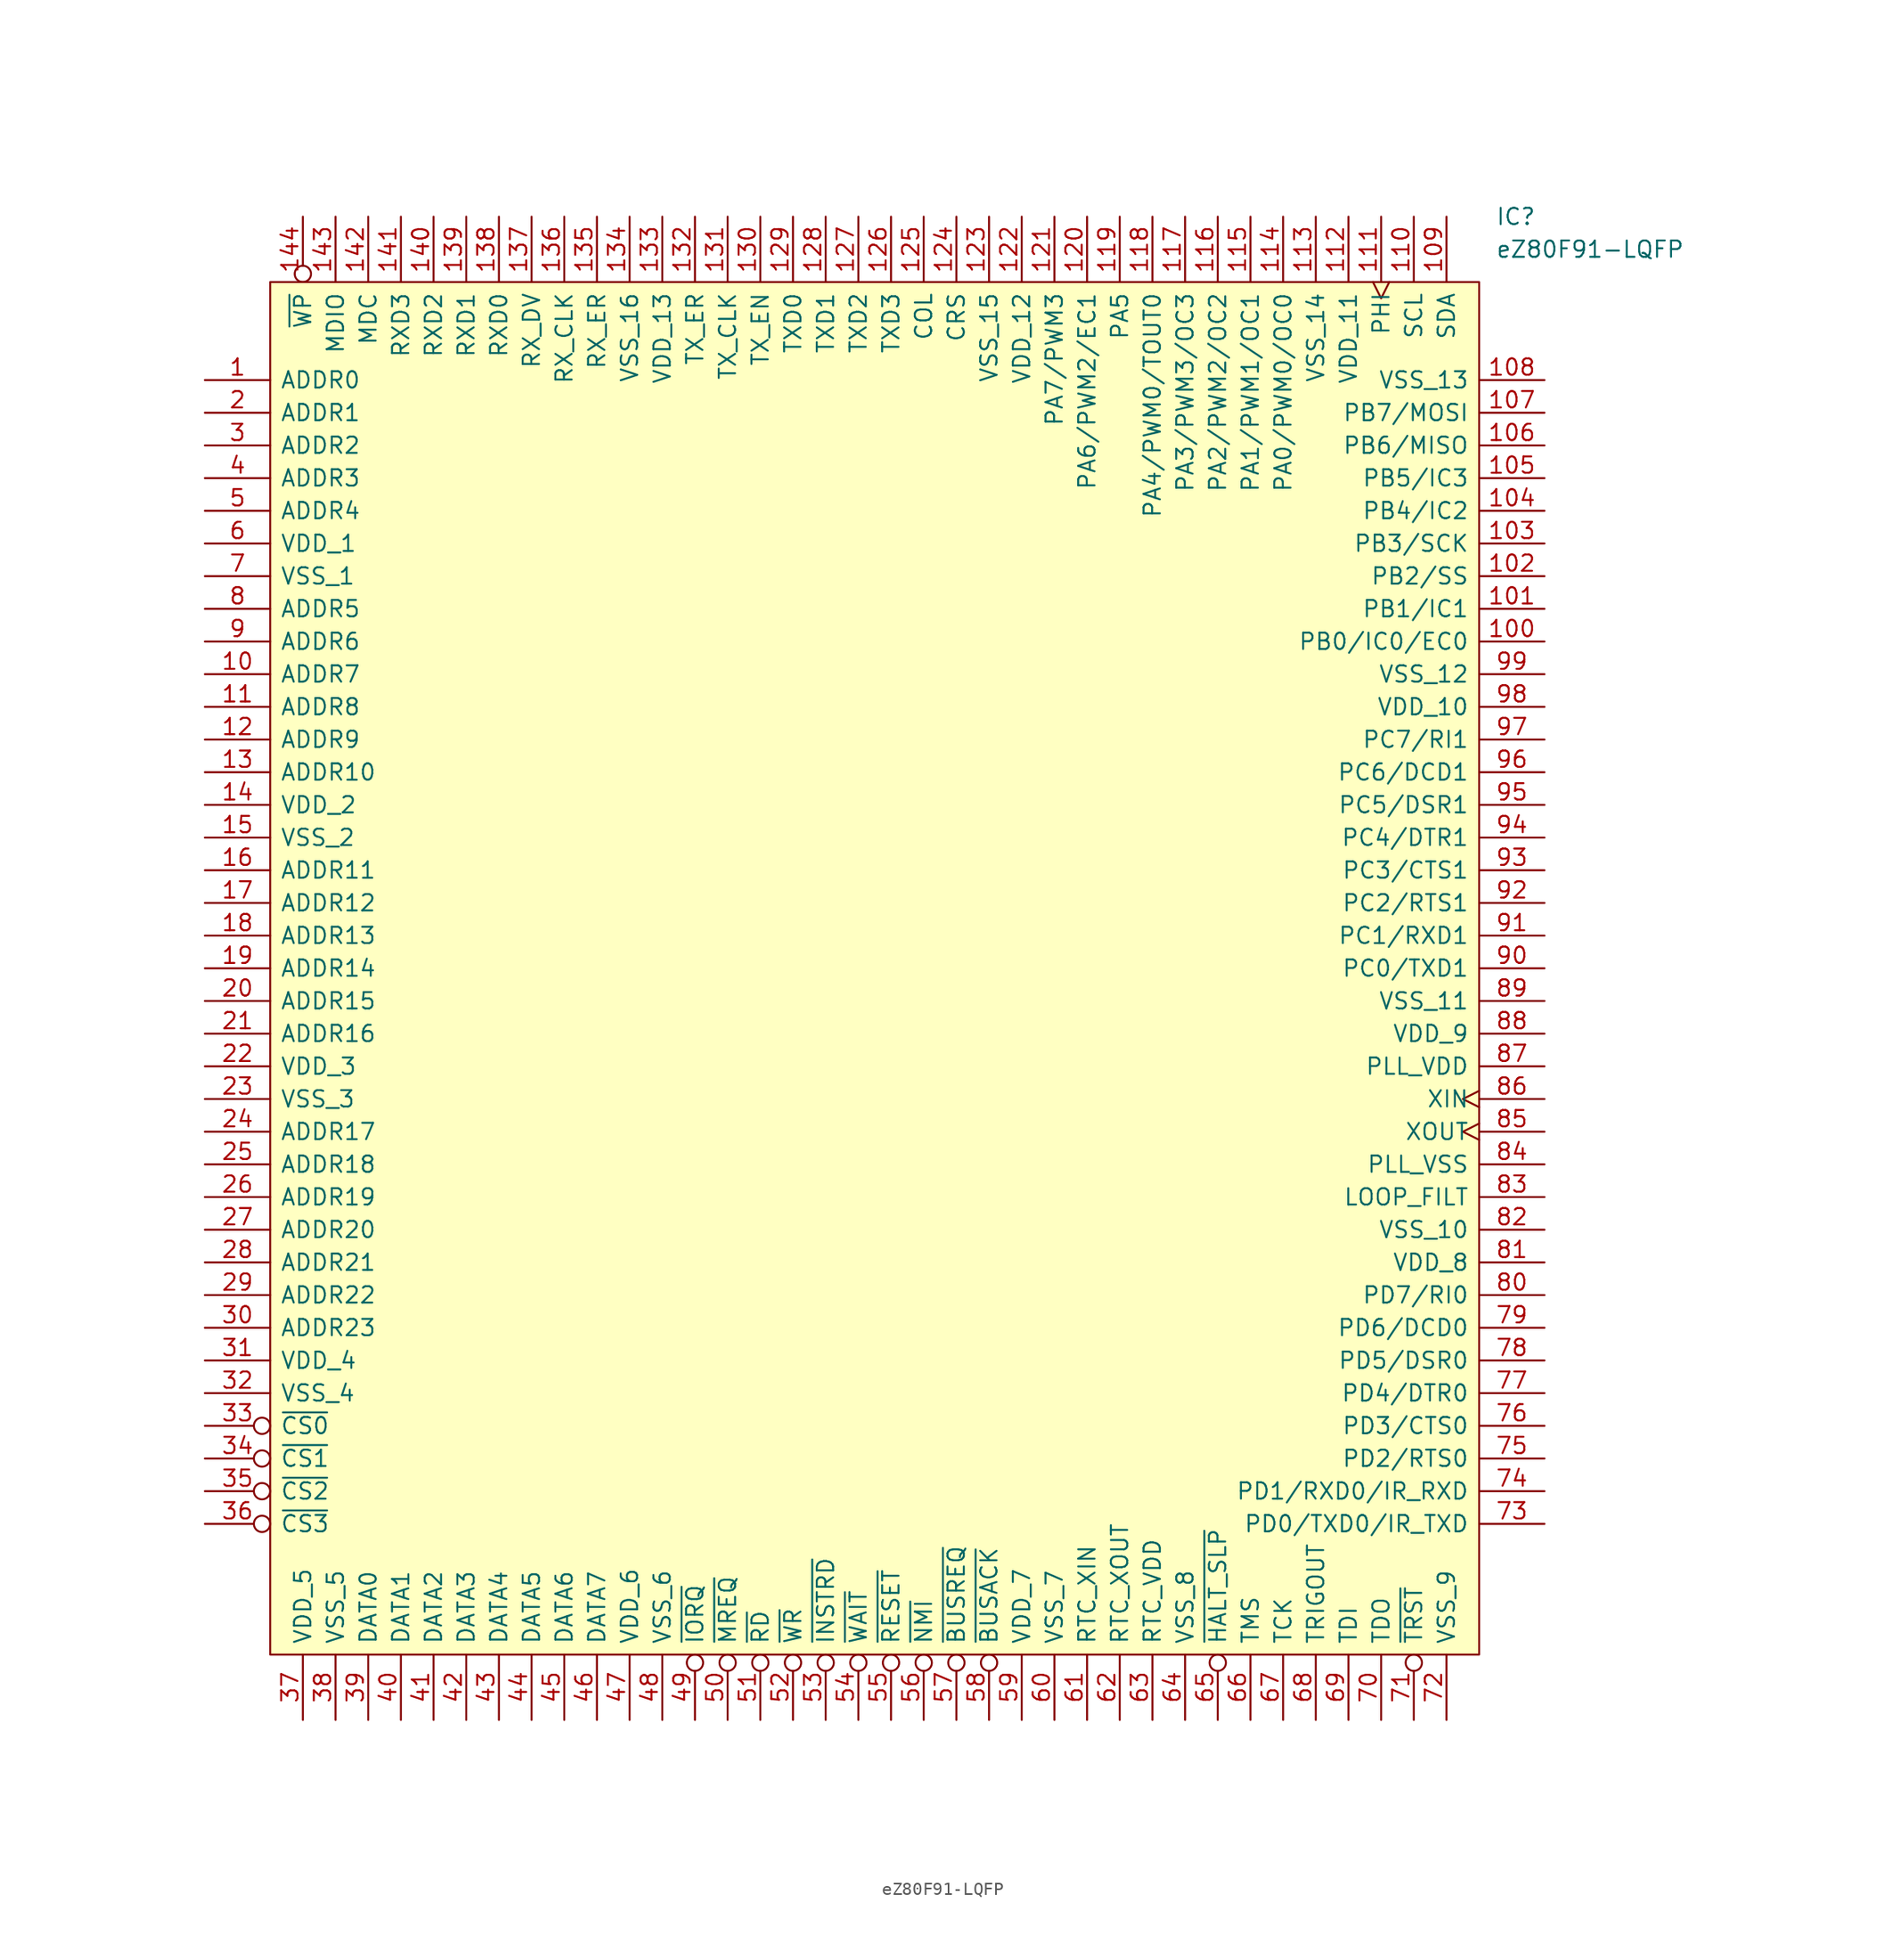
<source format=kicad_sym>
(kicad_symbol_lib
  (version 20211014)
  (generator kicad_symbol_editor)
  (symbol "eZ80F91-LQFP"
    (pin_names
      (offset 0.762))
    (property "Reference" "IC"
      (at 95.25 5.08 0)
      (effects (font (size 1.27 1.27)) (justify left)))
    (property "Value" "eZ80F91-LQFP"
      (at 95.25 2.54 0)
      (effects (font (size 1.27 1.27)) (justify left)))
    (symbol "eZ80F91-LQFP_0_0"
      (pin bidirectional line (at -5.08 -7.62 0) (length 5.08) (name "ADDR0" (effects (font (size 1.27 1.27)))) (number "1" (effects (font (size 1.27 1.27)))))
      (pin bidirectional line (at -5.08 -30.48 0) (length 5.08) (name "ADDR7" (effects (font (size 1.27 1.27)))) (number "10" (effects (font (size 1.27 1.27)))))
      (pin bidirectional line (at 99.06 -27.94 180) (length 5.08) (name "PB0/IC0/EC0" (effects (font (size 1.27 1.27)))) (number "100" (effects (font (size 1.27 1.27)))))
      (pin bidirectional line (at 99.06 -25.4 180) (length 5.08) (name "PB1/IC1" (effects (font (size 1.27 1.27)))) (number "101" (effects (font (size 1.27 1.27)))))
      (pin bidirectional line (at 99.06 -22.86 180) (length 5.08) (name "PB2/SS" (effects (font (size 1.27 1.27)))) (number "102" (effects (font (size 1.27 1.27)))))
      (pin bidirectional line (at 99.06 -20.32 180) (length 5.08) (name "PB3/SCK" (effects (font (size 1.27 1.27)))) (number "103" (effects (font (size 1.27 1.27)))))
      (pin bidirectional line (at 99.06 -17.78 180) (length 5.08) (name "PB4/IC2" (effects (font (size 1.27 1.27)))) (number "104" (effects (font (size 1.27 1.27)))))
      (pin bidirectional line (at 99.06 -15.24 180) (length 5.08) (name "PB5/IC3" (effects (font (size 1.27 1.27)))) (number "105" (effects (font (size 1.27 1.27)))))
      (pin bidirectional line (at 99.06 -12.7 180) (length 5.08) (name "PB6/MISO" (effects (font (size 1.27 1.27)))) (number "106" (effects (font (size 1.27 1.27)))))
      (pin bidirectional line (at 99.06 -10.16 180) (length 5.08) (name "PB7/MOSI" (effects (font (size 1.27 1.27)))) (number "107" (effects (font (size 1.27 1.27)))))
      (pin power_in line (at 99.06 -7.62 180) (length 5.08) (name "VSS_13" (effects (font (size 1.27 1.27)))) (number "108" (effects (font (size 1.27 1.27)))))
      (pin bidirectional line (at 91.44 5.08 270) (length 5.08) (name "SDA" (effects (font (size 1.27 1.27)))) (number "109" (effects (font (size 1.27 1.27)))))
      (pin bidirectional line (at -5.08 -33.02 0) (length 5.08) (name "ADDR8" (effects (font (size 1.27 1.27)))) (number "11" (effects (font (size 1.27 1.27)))))
      (pin bidirectional line (at 88.9 5.08 270) (length 5.08) (name "SCL" (effects (font (size 1.27 1.27)))) (number "110" (effects (font (size 1.27 1.27)))))
      (pin output clock (at 86.36 5.08 270) (length 5.08) (name "PHI" (effects (font (size 1.27 1.27)))) (number "111" (effects (font (size 1.27 1.27)))))
      (pin power_in line (at 83.82 5.08 270) (length 5.08) (name "VDD_11" (effects (font (size 1.27 1.27)))) (number "112" (effects (font (size 1.27 1.27)))))
      (pin power_in line (at 81.28 5.08 270) (length 5.08) (name "VSS_14" (effects (font (size 1.27 1.27)))) (number "113" (effects (font (size 1.27 1.27)))))
      (pin bidirectional line (at 78.74 5.08 270) (length 5.08) (name "PA0/PWM0/OC0" (effects (font (size 1.27 1.27)))) (number "114" (effects (font (size 1.27 1.27)))))
      (pin bidirectional line (at 76.2 5.08 270) (length 5.08) (name "PA1/PWM1/OC1" (effects (font (size 1.27 1.27)))) (number "115" (effects (font (size 1.27 1.27)))))
      (pin bidirectional line (at 73.66 5.08 270) (length 5.08) (name "PA2/PWM2/OC2" (effects (font (size 1.27 1.27)))) (number "116" (effects (font (size 1.27 1.27)))))
      (pin bidirectional line (at 71.12 5.08 270) (length 5.08) (name "PA3/PWM3/OC3" (effects (font (size 1.27 1.27)))) (number "117" (effects (font (size 1.27 1.27)))))
      (pin bidirectional line (at 68.58 5.08 270) (length 5.08) (name "PA4/PWM0/TOUT0" (effects (font (size 1.27 1.27)))) (number "118" (effects (font (size 1.27 1.27)))))
      (pin bidirectional line (at 66.04 5.08 270) (length 5.08) (name "PA5" (effects (font (size 1.27 1.27)))) (number "119" (effects (font (size 1.27 1.27)))))
      (pin bidirectional line (at -5.08 -35.56 0) (length 5.08) (name "ADDR9" (effects (font (size 1.27 1.27)))) (number "12" (effects (font (size 1.27 1.27)))))
      (pin bidirectional line (at 63.5 5.08 270) (length 5.08) (name "PA6/PWM2/EC1" (effects (font (size 1.27 1.27)))) (number "120" (effects (font (size 1.27 1.27)))))
      (pin bidirectional line (at 60.96 5.08 270) (length 5.08) (name "PA7/PWM3" (effects (font (size 1.27 1.27)))) (number "121" (effects (font (size 1.27 1.27)))))
      (pin power_in line (at 58.42 5.08 270) (length 5.08) (name "VDD_12" (effects (font (size 1.27 1.27)))) (number "122" (effects (font (size 1.27 1.27)))))
      (pin power_in line (at 55.88 5.08 270) (length 5.08) (name "VSS_15" (effects (font (size 1.27 1.27)))) (number "123" (effects (font (size 1.27 1.27)))))
      (pin input line (at 53.34 5.08 270) (length 5.08) (name "CRS" (effects (font (size 1.27 1.27)))) (number "124" (effects (font (size 1.27 1.27)))))
      (pin input line (at 50.8 5.08 270) (length 5.08) (name "COL" (effects (font (size 1.27 1.27)))) (number "125" (effects (font (size 1.27 1.27)))))
      (pin output line (at 48.26 5.08 270) (length 5.08) (name "TXD3" (effects (font (size 1.27 1.27)))) (number "126" (effects (font (size 1.27 1.27)))))
      (pin output line (at 45.72 5.08 270) (length 5.08) (name "TXD2" (effects (font (size 1.27 1.27)))) (number "127" (effects (font (size 1.27 1.27)))))
      (pin output line (at 43.18 5.08 270) (length 5.08) (name "TXD1" (effects (font (size 1.27 1.27)))) (number "128" (effects (font (size 1.27 1.27)))))
      (pin output line (at 40.64 5.08 270) (length 5.08) (name "TXD0" (effects (font (size 1.27 1.27)))) (number "129" (effects (font (size 1.27 1.27)))))
      (pin bidirectional line (at -5.08 -38.1 0) (length 5.08) (name "ADDR10" (effects (font (size 1.27 1.27)))) (number "13" (effects (font (size 1.27 1.27)))))
      (pin output line (at 38.1 5.08 270) (length 5.08) (name "TX_EN" (effects (font (size 1.27 1.27)))) (number "130" (effects (font (size 1.27 1.27)))))
      (pin input line (at 35.56 5.08 270) (length 5.08) (name "TX_CLK" (effects (font (size 1.27 1.27)))) (number "131" (effects (font (size 1.27 1.27)))))
      (pin output line (at 33.02 5.08 270) (length 5.08) (name "TX_ER" (effects (font (size 1.27 1.27)))) (number "132" (effects (font (size 1.27 1.27)))))
      (pin power_in line (at 30.48 5.08 270) (length 5.08) (name "VDD_13" (effects (font (size 1.27 1.27)))) (number "133" (effects (font (size 1.27 1.27)))))
      (pin power_in line (at 27.94 5.08 270) (length 5.08) (name "VSS_16" (effects (font (size 1.27 1.27)))) (number "134" (effects (font (size 1.27 1.27)))))
      (pin input line (at 25.4 5.08 270) (length 5.08) (name "RX_ER" (effects (font (size 1.27 1.27)))) (number "135" (effects (font (size 1.27 1.27)))))
      (pin input line (at 22.86 5.08 270) (length 5.08) (name "RX_CLK" (effects (font (size 1.27 1.27)))) (number "136" (effects (font (size 1.27 1.27)))))
      (pin input line (at 20.32 5.08 270) (length 5.08) (name "RX_DV" (effects (font (size 1.27 1.27)))) (number "137" (effects (font (size 1.27 1.27)))))
      (pin input line (at 17.78 5.08 270) (length 5.08) (name "RXD0" (effects (font (size 1.27 1.27)))) (number "138" (effects (font (size 1.27 1.27)))))
      (pin input line (at 15.24 5.08 270) (length 5.08) (name "RXD1" (effects (font (size 1.27 1.27)))) (number "139" (effects (font (size 1.27 1.27)))))
      (pin power_in line (at -5.08 -40.64 0) (length 5.08) (name "VDD_2" (effects (font (size 1.27 1.27)))) (number "14" (effects (font (size 1.27 1.27)))))
      (pin input line (at 12.7 5.08 270) (length 5.08) (name "RXD2" (effects (font (size 1.27 1.27)))) (number "140" (effects (font (size 1.27 1.27)))))
      (pin input line (at 10.16 5.08 270) (length 5.08) (name "RXD3" (effects (font (size 1.27 1.27)))) (number "141" (effects (font (size 1.27 1.27)))))
      (pin output line (at 7.62 5.08 270) (length 5.08) (name "MDC" (effects (font (size 1.27 1.27)))) (number "142" (effects (font (size 1.27 1.27)))))
      (pin bidirectional line (at 5.08 5.08 270) (length 5.08) (name "MDIO" (effects (font (size 1.27 1.27)))) (number "143" (effects (font (size 1.27 1.27)))))
      (pin bidirectional inverted (at 2.54 5.08 270) (length 5.08) (name "~{WP}" (effects (font (size 1.27 1.27)))) (number "144" (effects (font (size 1.27 1.27)))))
      (pin power_in line (at -5.08 -43.18 0) (length 5.08) (name "VSS_2" (effects (font (size 1.27 1.27)))) (number "15" (effects (font (size 1.27 1.27)))))
      (pin bidirectional line (at -5.08 -45.72 0) (length 5.08) (name "ADDR11" (effects (font (size 1.27 1.27)))) (number "16" (effects (font (size 1.27 1.27)))))
      (pin bidirectional line (at -5.08 -48.26 0) (length 5.08) (name "ADDR12" (effects (font (size 1.27 1.27)))) (number "17" (effects (font (size 1.27 1.27)))))
      (pin bidirectional line (at -5.08 -50.8 0) (length 5.08) (name "ADDR13" (effects (font (size 1.27 1.27)))) (number "18" (effects (font (size 1.27 1.27)))))
      (pin bidirectional line (at -5.08 -53.34 0) (length 5.08) (name "ADDR14" (effects (font (size 1.27 1.27)))) (number "19" (effects (font (size 1.27 1.27)))))
      (pin bidirectional line (at -5.08 -10.16 0) (length 5.08) (name "ADDR1" (effects (font (size 1.27 1.27)))) (number "2" (effects (font (size 1.27 1.27)))))
      (pin bidirectional line (at -5.08 -55.88 0) (length 5.08) (name "ADDR15" (effects (font (size 1.27 1.27)))) (number "20" (effects (font (size 1.27 1.27)))))
      (pin bidirectional line (at -5.08 -58.42 0) (length 5.08) (name "ADDR16" (effects (font (size 1.27 1.27)))) (number "21" (effects (font (size 1.27 1.27)))))
      (pin power_in line (at -5.08 -60.96 0) (length 5.08) (name "VDD_3" (effects (font (size 1.27 1.27)))) (number "22" (effects (font (size 1.27 1.27)))))
      (pin power_in line (at -5.08 -63.5 0) (length 5.08) (name "VSS_3" (effects (font (size 1.27 1.27)))) (number "23" (effects (font (size 1.27 1.27)))))
      (pin bidirectional line (at -5.08 -66.04 0) (length 5.08) (name "ADDR17" (effects (font (size 1.27 1.27)))) (number "24" (effects (font (size 1.27 1.27)))))
      (pin bidirectional line (at -5.08 -68.58 0) (length 5.08) (name "ADDR18" (effects (font (size 1.27 1.27)))) (number "25" (effects (font (size 1.27 1.27)))))
      (pin bidirectional line (at -5.08 -71.12 0) (length 5.08) (name "ADDR19" (effects (font (size 1.27 1.27)))) (number "26" (effects (font (size 1.27 1.27)))))
      (pin bidirectional line (at -5.08 -73.66 0) (length 5.08) (name "ADDR20" (effects (font (size 1.27 1.27)))) (number "27" (effects (font (size 1.27 1.27)))))
      (pin bidirectional line (at -5.08 -76.2 0) (length 5.08) (name "ADDR21" (effects (font (size 1.27 1.27)))) (number "28" (effects (font (size 1.27 1.27)))))
      (pin bidirectional line (at -5.08 -78.74 0) (length 5.08) (name "ADDR22" (effects (font (size 1.27 1.27)))) (number "29" (effects (font (size 1.27 1.27)))))
      (pin bidirectional line (at -5.08 -12.7 0) (length 5.08) (name "ADDR2" (effects (font (size 1.27 1.27)))) (number "3" (effects (font (size 1.27 1.27)))))
      (pin bidirectional line (at -5.08 -81.28 0) (length 5.08) (name "ADDR23" (effects (font (size 1.27 1.27)))) (number "30" (effects (font (size 1.27 1.27)))))
      (pin power_in line (at -5.08 -83.82 0) (length 5.08) (name "VDD_4" (effects (font (size 1.27 1.27)))) (number "31" (effects (font (size 1.27 1.27)))))
      (pin power_in line (at -5.08 -86.36 0) (length 5.08) (name "VSS_4" (effects (font (size 1.27 1.27)))) (number "32" (effects (font (size 1.27 1.27)))))
      (pin output inverted (at -5.08 -88.9 0) (length 5.08) (name "~{CS0}" (effects (font (size 1.27 1.27)))) (number "33" (effects (font (size 1.27 1.27)))))
      (pin output inverted (at -5.08 -91.44 0) (length 5.08) (name "~{CS1}" (effects (font (size 1.27 1.27)))) (number "34" (effects (font (size 1.27 1.27)))))
      (pin output inverted (at -5.08 -93.98 0) (length 5.08) (name "~{CS2}" (effects (font (size 1.27 1.27)))) (number "35" (effects (font (size 1.27 1.27)))))
      (pin output inverted (at -5.08 -96.52 0) (length 5.08) (name "~{CS3}" (effects (font (size 1.27 1.27)))) (number "36" (effects (font (size 1.27 1.27)))))
      (pin power_in line (at 2.54 -111.76 90) (length 5.08) (name "VDD_5" (effects (font (size 1.27 1.27)))) (number "37" (effects (font (size 1.27 1.27)))))
      (pin power_in line (at 5.08 -111.76 90) (length 5.08) (name "VSS_5" (effects (font (size 1.27 1.27)))) (number "38" (effects (font (size 1.27 1.27)))))
      (pin bidirectional line (at 7.62 -111.76 90) (length 5.08) (name "DATA0" (effects (font (size 1.27 1.27)))) (number "39" (effects (font (size 1.27 1.27)))))
      (pin bidirectional line (at -5.08 -15.24 0) (length 5.08) (name "ADDR3" (effects (font (size 1.27 1.27)))) (number "4" (effects (font (size 1.27 1.27)))))
      (pin bidirectional line (at 10.16 -111.76 90) (length 5.08) (name "DATA1" (effects (font (size 1.27 1.27)))) (number "40" (effects (font (size 1.27 1.27)))))
      (pin bidirectional line (at 12.7 -111.76 90) (length 5.08) (name "DATA2" (effects (font (size 1.27 1.27)))) (number "41" (effects (font (size 1.27 1.27)))))
      (pin bidirectional line (at 15.24 -111.76 90) (length 5.08) (name "DATA3" (effects (font (size 1.27 1.27)))) (number "42" (effects (font (size 1.27 1.27)))))
      (pin bidirectional line (at 17.78 -111.76 90) (length 5.08) (name "DATA4" (effects (font (size 1.27 1.27)))) (number "43" (effects (font (size 1.27 1.27)))))
      (pin bidirectional line (at 20.32 -111.76 90) (length 5.08) (name "DATA5" (effects (font (size 1.27 1.27)))) (number "44" (effects (font (size 1.27 1.27)))))
      (pin bidirectional line (at 22.86 -111.76 90) (length 5.08) (name "DATA6" (effects (font (size 1.27 1.27)))) (number "45" (effects (font (size 1.27 1.27)))))
      (pin bidirectional line (at 25.4 -111.76 90) (length 5.08) (name "DATA7" (effects (font (size 1.27 1.27)))) (number "46" (effects (font (size 1.27 1.27)))))
      (pin power_in line (at 27.94 -111.76 90) (length 5.08) (name "VDD_6" (effects (font (size 1.27 1.27)))) (number "47" (effects (font (size 1.27 1.27)))))
      (pin power_in line (at 30.48 -111.76 90) (length 5.08) (name "VSS_6" (effects (font (size 1.27 1.27)))) (number "48" (effects (font (size 1.27 1.27)))))
      (pin bidirectional inverted (at 33.02 -111.76 90) (length 5.08) (name "~{IORQ}" (effects (font (size 1.27 1.27)))) (number "49" (effects (font (size 1.27 1.27)))))
      (pin bidirectional line (at -5.08 -17.78 0) (length 5.08) (name "ADDR4" (effects (font (size 1.27 1.27)))) (number "5" (effects (font (size 1.27 1.27)))))
      (pin bidirectional inverted (at 35.56 -111.76 90) (length 5.08) (name "~{MREQ}" (effects (font (size 1.27 1.27)))) (number "50" (effects (font (size 1.27 1.27)))))
      (pin output inverted (at 38.1 -111.76 90) (length 5.08) (name "~{RD}" (effects (font (size 1.27 1.27)))) (number "51" (effects (font (size 1.27 1.27)))))
      (pin bidirectional inverted (at 40.64 -111.76 90) (length 5.08) (name "~{WR}" (effects (font (size 1.27 1.27)))) (number "52" (effects (font (size 1.27 1.27)))))
      (pin output inverted (at 43.18 -111.76 90) (length 5.08) (name "~{INSTRD}" (effects (font (size 1.27 1.27)))) (number "53" (effects (font (size 1.27 1.27)))))
      (pin input inverted (at 45.72 -111.76 90) (length 5.08) (name "~{WAIT}" (effects (font (size 1.27 1.27)))) (number "54" (effects (font (size 1.27 1.27)))))
      (pin bidirectional inverted (at 48.26 -111.76 90) (length 5.08) (name "~{RESET}" (effects (font (size 1.27 1.27)))) (number "55" (effects (font (size 1.27 1.27)))))
      (pin input inverted (at 50.8 -111.76 90) (length 5.08) (name "~{NMI}" (effects (font (size 1.27 1.27)))) (number "56" (effects (font (size 1.27 1.27)))))
      (pin input inverted (at 53.34 -111.76 90) (length 5.08) (name "~{BUSREQ}" (effects (font (size 1.27 1.27)))) (number "57" (effects (font (size 1.27 1.27)))))
      (pin output inverted (at 55.88 -111.76 90) (length 5.08) (name "~{BUSACK}" (effects (font (size 1.27 1.27)))) (number "58" (effects (font (size 1.27 1.27)))))
      (pin power_in line (at 58.42 -111.76 90) (length 5.08) (name "VDD_7" (effects (font (size 1.27 1.27)))) (number "59" (effects (font (size 1.27 1.27)))))
      (pin power_in line (at -5.08 -20.32 0) (length 5.08) (name "VDD_1" (effects (font (size 1.27 1.27)))) (number "6" (effects (font (size 1.27 1.27)))))
      (pin power_in line (at 60.96 -111.76 90) (length 5.08) (name "VSS_7" (effects (font (size 1.27 1.27)))) (number "60" (effects (font (size 1.27 1.27)))))
      (pin input line (at 63.5 -111.76 90) (length 5.08) (name "RTC_XIN" (effects (font (size 1.27 1.27)))) (number "61" (effects (font (size 1.27 1.27)))))
      (pin bidirectional line (at 66.04 -111.76 90) (length 5.08) (name "RTC_XOUT" (effects (font (size 1.27 1.27)))) (number "62" (effects (font (size 1.27 1.27)))))
      (pin power_in line (at 68.58 -111.76 90) (length 5.08) (name "RTC_VDD" (effects (font (size 1.27 1.27)))) (number "63" (effects (font (size 1.27 1.27)))))
      (pin power_in line (at 71.12 -111.76 90) (length 5.08) (name "VSS_8" (effects (font (size 1.27 1.27)))) (number "64" (effects (font (size 1.27 1.27)))))
      (pin output inverted (at 73.66 -111.76 90) (length 5.08) (name "~{HALT_SLP}" (effects (font (size 1.27 1.27)))) (number "65" (effects (font (size 1.27 1.27)))))
      (pin input line (at 76.2 -111.76 90) (length 5.08) (name "TMS" (effects (font (size 1.27 1.27)))) (number "66" (effects (font (size 1.27 1.27)))))
      (pin input line (at 78.74 -111.76 90) (length 5.08) (name "TCK" (effects (font (size 1.27 1.27)))) (number "67" (effects (font (size 1.27 1.27)))))
      (pin output line (at 81.28 -111.76 90) (length 5.08) (name "TRIGOUT" (effects (font (size 1.27 1.27)))) (number "68" (effects (font (size 1.27 1.27)))))
      (pin bidirectional line (at 83.82 -111.76 90) (length 5.08) (name "TDI" (effects (font (size 1.27 1.27)))) (number "69" (effects (font (size 1.27 1.27)))))
      (pin power_in line (at -5.08 -22.86 0) (length 5.08) (name "VSS_1" (effects (font (size 1.27 1.27)))) (number "7" (effects (font (size 1.27 1.27)))))
      (pin output line (at 86.36 -111.76 90) (length 5.08) (name "TDO" (effects (font (size 1.27 1.27)))) (number "70" (effects (font (size 1.27 1.27)))))
      (pin input inverted (at 88.9 -111.76 90) (length 5.08) (name "~{TRST}" (effects (font (size 1.27 1.27)))) (number "71" (effects (font (size 1.27 1.27)))))
      (pin power_in line (at 91.44 -111.76 90) (length 5.08) (name "VSS_9" (effects (font (size 1.27 1.27)))) (number "72" (effects (font (size 1.27 1.27)))))
      (pin bidirectional line (at 99.06 -96.52 180) (length 5.08) (name "PD0/TXD0/IR_TXD" (effects (font (size 1.27 1.27)))) (number "73" (effects (font (size 1.27 1.27)))))
      (pin bidirectional line (at 99.06 -93.98 180) (length 5.08) (name "PD1/RXD0/IR_RXD" (effects (font (size 1.27 1.27)))) (number "74" (effects (font (size 1.27 1.27)))))
      (pin bidirectional line (at 99.06 -91.44 180) (length 5.08) (name "PD2/RTS0" (effects (font (size 1.27 1.27)))) (number "75" (effects (font (size 1.27 1.27)))))
      (pin bidirectional line (at 99.06 -88.9 180) (length 5.08) (name "PD3/CTS0" (effects (font (size 1.27 1.27)))) (number "76" (effects (font (size 1.27 1.27)))))
      (pin bidirectional line (at 99.06 -86.36 180) (length 5.08) (name "PD4/DTR0" (effects (font (size 1.27 1.27)))) (number "77" (effects (font (size 1.27 1.27)))))
      (pin bidirectional line (at 99.06 -83.82 180) (length 5.08) (name "PD5/DSR0" (effects (font (size 1.27 1.27)))) (number "78" (effects (font (size 1.27 1.27)))))
      (pin bidirectional line (at 99.06 -81.28 180) (length 5.08) (name "PD6/DCD0" (effects (font (size 1.27 1.27)))) (number "79" (effects (font (size 1.27 1.27)))))
      (pin bidirectional line (at -5.08 -25.4 0) (length 5.08) (name "ADDR5" (effects (font (size 1.27 1.27)))) (number "8" (effects (font (size 1.27 1.27)))))
      (pin bidirectional line (at 99.06 -78.74 180) (length 5.08) (name "PD7/RI0" (effects (font (size 1.27 1.27)))) (number "80" (effects (font (size 1.27 1.27)))))
      (pin power_in line (at 99.06 -76.2 180) (length 5.08) (name "VDD_8" (effects (font (size 1.27 1.27)))) (number "81" (effects (font (size 1.27 1.27)))))
      (pin power_in line (at 99.06 -73.66 180) (length 5.08) (name "VSS_10" (effects (font (size 1.27 1.27)))) (number "82" (effects (font (size 1.27 1.27)))))
      (pin bidirectional line (at 99.06 -71.12 180) (length 5.08) (name "LOOP_FILT" (effects (font (size 1.27 1.27)))) (number "83" (effects (font (size 1.27 1.27)))))
      (pin bidirectional line (at 99.06 -68.58 180) (length 5.08) (name "PLL_VSS" (effects (font (size 1.27 1.27)))) (number "84" (effects (font (size 1.27 1.27)))))
      (pin output clock (at 99.06 -66.04 180) (length 5.08) (name "XOUT" (effects (font (size 1.27 1.27)))) (number "85" (effects (font (size 1.27 1.27)))))
      (pin input clock (at 99.06 -63.5 180) (length 5.08) (name "XIN" (effects (font (size 1.27 1.27)))) (number "86" (effects (font (size 1.27 1.27)))))
      (pin bidirectional line (at 99.06 -60.96 180) (length 5.08) (name "PLL_VDD" (effects (font (size 1.27 1.27)))) (number "87" (effects (font (size 1.27 1.27)))))
      (pin power_in line (at 99.06 -58.42 180) (length 5.08) (name "VDD_9" (effects (font (size 1.27 1.27)))) (number "88" (effects (font (size 1.27 1.27)))))
      (pin power_in line (at 99.06 -55.88 180) (length 5.08) (name "VSS_11" (effects (font (size 1.27 1.27)))) (number "89" (effects (font (size 1.27 1.27)))))
      (pin bidirectional line (at -5.08 -27.94 0) (length 5.08) (name "ADDR6" (effects (font (size 1.27 1.27)))) (number "9" (effects (font (size 1.27 1.27)))))
      (pin bidirectional line (at 99.06 -53.34 180) (length 5.08) (name "PC0/TXD1" (effects (font (size 1.27 1.27)))) (number "90" (effects (font (size 1.27 1.27)))))
      (pin bidirectional line (at 99.06 -50.8 180) (length 5.08) (name "PC1/RXD1" (effects (font (size 1.27 1.27)))) (number "91" (effects (font (size 1.27 1.27)))))
      (pin bidirectional line (at 99.06 -48.26 180) (length 5.08) (name "PC2/RTS1" (effects (font (size 1.27 1.27)))) (number "92" (effects (font (size 1.27 1.27)))))
      (pin bidirectional line (at 99.06 -45.72 180) (length 5.08) (name "PC3/CTS1" (effects (font (size 1.27 1.27)))) (number "93" (effects (font (size 1.27 1.27)))))
      (pin bidirectional line (at 99.06 -43.18 180) (length 5.08) (name "PC4/DTR1" (effects (font (size 1.27 1.27)))) (number "94" (effects (font (size 1.27 1.27)))))
      (pin bidirectional line (at 99.06 -40.64 180) (length 5.08) (name "PC5/DSR1" (effects (font (size 1.27 1.27)))) (number "95" (effects (font (size 1.27 1.27)))))
      (pin bidirectional line (at 99.06 -38.1 180) (length 5.08) (name "PC6/DCD1" (effects (font (size 1.27 1.27)))) (number "96" (effects (font (size 1.27 1.27)))))
      (pin bidirectional line (at 99.06 -35.56 180) (length 5.08) (name "PC7/RI1" (effects (font (size 1.27 1.27)))) (number "97" (effects (font (size 1.27 1.27)))))
      (pin power_in line (at 99.06 -33.02 180) (length 5.08) (name "VDD_10" (effects (font (size 1.27 1.27)))) (number "98" (effects (font (size 1.27 1.27)))))
      (pin power_in line (at 99.06 -30.48 180) (length 5.08) (name "VSS_12" (effects (font (size 1.27 1.27)))) (number "99" (effects (font (size 1.27 1.27))))))
    (symbol "eZ80F91-LQFP_0_1"
      (polyline (pts (xy 0 0) (xy 93.98 0) (xy 93.98 -106.68) (xy 0 -106.68) (xy 0 0)) (stroke (width 0.152) (type solid)) (fill (type background))))))
</source>
